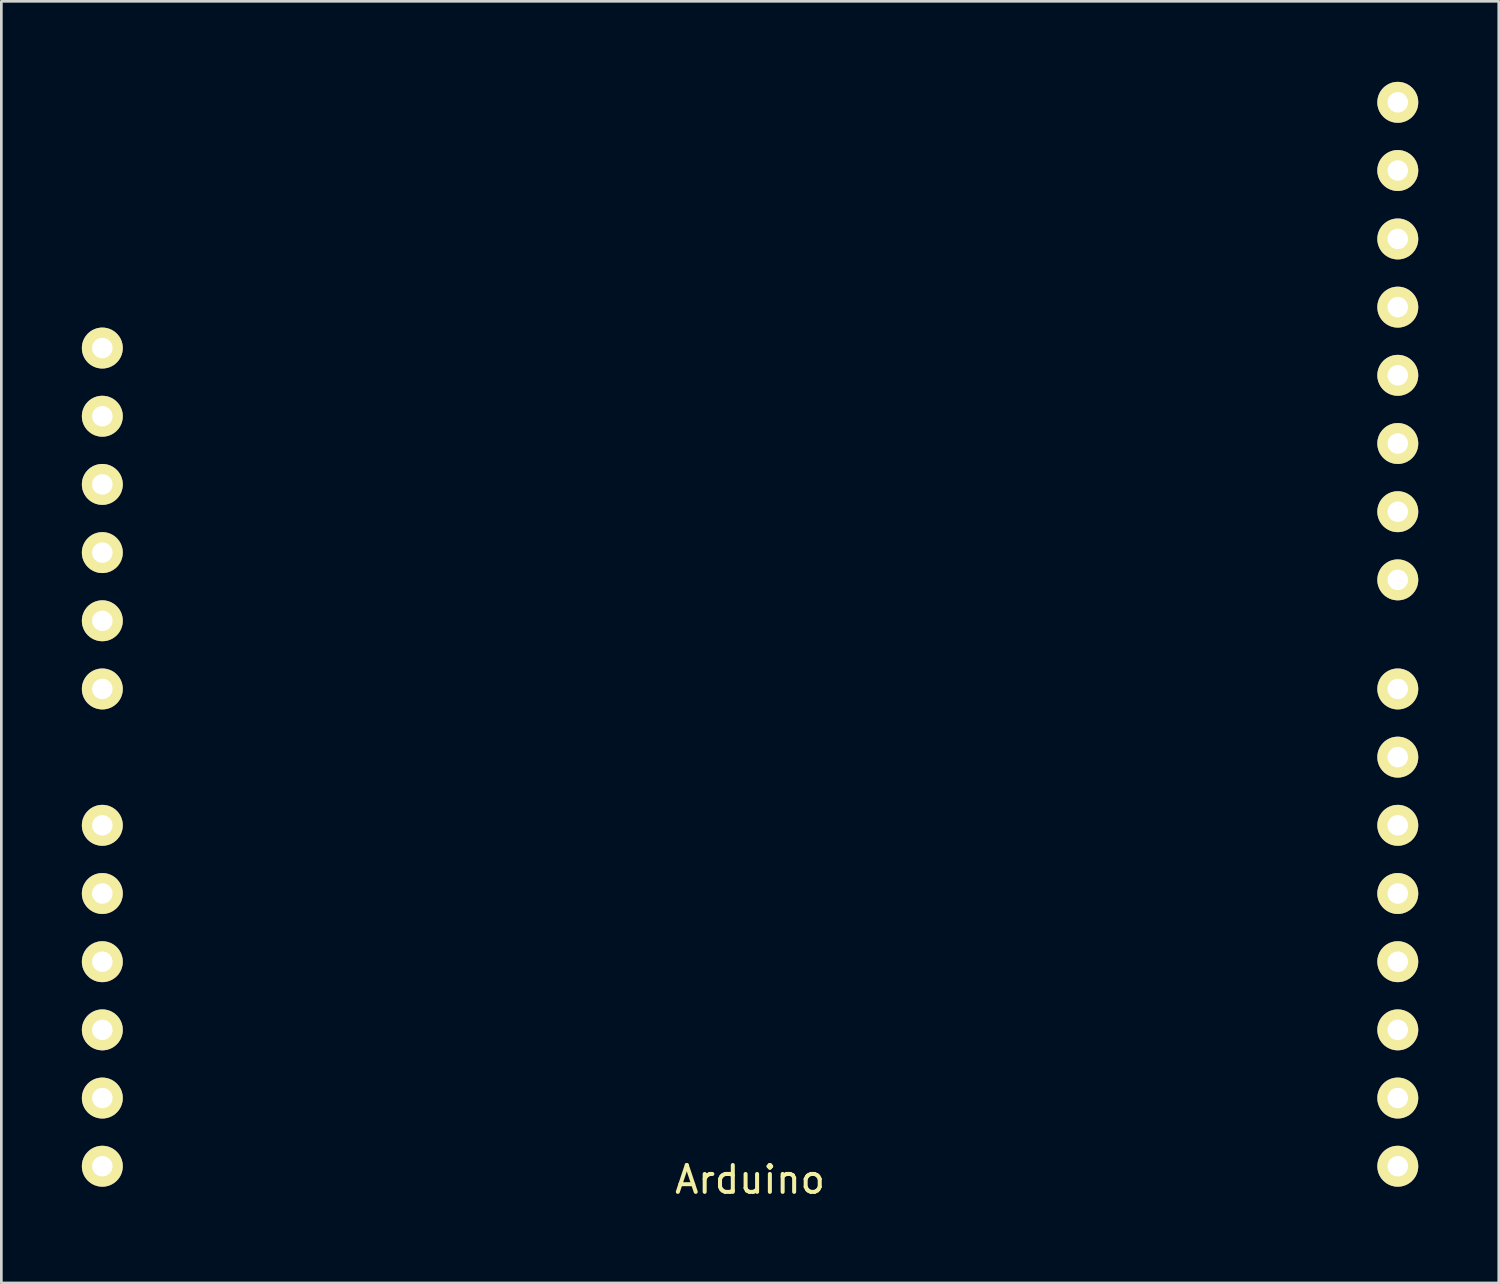
<source format=kicad_pcb>
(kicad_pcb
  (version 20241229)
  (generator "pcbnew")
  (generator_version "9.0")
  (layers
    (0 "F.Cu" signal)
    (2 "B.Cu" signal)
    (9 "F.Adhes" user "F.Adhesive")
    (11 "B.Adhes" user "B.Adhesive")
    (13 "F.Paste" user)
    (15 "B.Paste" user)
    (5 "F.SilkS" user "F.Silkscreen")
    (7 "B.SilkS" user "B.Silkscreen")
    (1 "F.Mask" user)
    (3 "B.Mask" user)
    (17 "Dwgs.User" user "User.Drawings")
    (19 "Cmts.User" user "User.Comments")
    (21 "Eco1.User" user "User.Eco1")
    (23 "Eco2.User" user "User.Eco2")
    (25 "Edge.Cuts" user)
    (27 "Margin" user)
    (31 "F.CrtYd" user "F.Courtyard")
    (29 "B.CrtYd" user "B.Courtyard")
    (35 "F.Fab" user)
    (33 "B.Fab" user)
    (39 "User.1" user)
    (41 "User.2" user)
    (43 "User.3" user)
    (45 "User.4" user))
  (footprint "Arduino"
    (layer "F.Cu")
    (at 24.892 40.396)
    (property "Reference" "Arduino" (at 0 0.5 0) (layer "F.SilkS") (effects (font (size 1 1) (thickness 0.15))))
    (attr through_hole)
    (pad "1" thru_hole circle (at -24.13 0) (size 1.524 1.524) (drill 0.762) (layers "*.Cu" "*.Mask" "F.SilkS"))
    (pad "2" thru_hole circle (at -24.13 -2.54) (size 1.524 1.524) (drill 0.762) (layers "*.Cu" "*.Mask" "F.SilkS"))
    (pad "3" thru_hole circle (at -24.13 -5.08) (size 1.524 1.524) (drill 0.762) (layers "*.Cu" "*.Mask" "F.SilkS"))
    (pad "4" thru_hole circle (at -24.13 -7.62) (size 1.524 1.524) (drill 0.762) (layers "*.Cu" "*.Mask" "F.SilkS"))
    (pad "5" thru_hole circle (at -24.13 -10.16) (size 1.524 1.524) (drill 0.762) (layers "*.Cu" "*.Mask" "F.SilkS"))
    (pad "6" thru_hole circle (at -24.13 -12.7) (size 1.524 1.524) (drill 0.762) (layers "*.Cu" "*.Mask" "F.SilkS"))
    (pad "7" thru_hole circle (at -24.13 -17.78) (size 1.524 1.524) (drill 0.762) (layers "*.Cu" "*.Mask" "F.SilkS"))
    (pad "8" thru_hole circle (at -24.13 -20.32) (size 1.524 1.524) (drill 0.762) (layers "*.Cu" "*.Mask" "F.SilkS"))
    (pad "9" thru_hole circle (at -24.13 -22.86) (size 1.524 1.524) (drill 0.762) (layers "*.Cu" "*.Mask" "F.SilkS"))
    (pad "10" thru_hole circle (at -24.13 -25.4) (size 1.524 1.524) (drill 0.762) (layers "*.Cu" "*.Mask" "F.SilkS"))
    (pad "11" thru_hole circle (at -24.13 -27.94) (size 1.524 1.524) (drill 0.762) (layers "*.Cu" "*.Mask" "F.SilkS"))
    (pad "12" thru_hole circle (at -24.13 -30.48) (size 1.524 1.524) (drill 0.762) (layers "*.Cu" "*.Mask" "F.SilkS"))
    (pad "13" thru_hole circle (at 24.13 0) (size 1.524 1.524) (drill 0.762) (layers "*.Cu" "*.Mask" "F.SilkS"))
    (pad "14" thru_hole circle (at 24.13 -2.54) (size 1.524 1.524) (drill 0.762) (layers "*.Cu" "*.Mask" "F.SilkS"))
    (pad "15" thru_hole circle (at 24.13 -5.08) (size 1.524 1.524) (drill 0.762) (layers "*.Cu" "*.Mask" "F.SilkS"))
    (pad "16" thru_hole circle (at 24.13 -7.62) (size 1.524 1.524) (drill 0.762) (layers "*.Cu" "*.Mask" "F.SilkS"))
    (pad "17" thru_hole circle (at 24.13 -10.16) (size 1.524 1.524) (drill 0.762) (layers "*.Cu" "*.Mask" "F.SilkS"))
    (pad "18" thru_hole circle (at 24.13 -12.7) (size 1.524 1.524) (drill 0.762) (layers "*.Cu" "*.Mask" "F.SilkS"))
    (pad "19" thru_hole circle (at 24.13 -15.24) (size 1.524 1.524) (drill 0.762) (layers "*.Cu" "*.Mask" "F.SilkS"))
    (pad "20" thru_hole circle (at 24.13 -17.78) (size 1.524 1.524) (drill 0.762) (layers "*.Cu" "*.Mask" "F.SilkS"))
    (pad "21" thru_hole circle (at 24.13 -21.844) (size 1.524 1.524) (drill 0.762) (layers "*.Cu" "*.Mask" "F.SilkS"))
    (pad "22" thru_hole circle (at 24.13 -24.384) (size 1.524 1.524) (drill 0.762) (layers "*.Cu" "*.Mask" "F.SilkS"))
    (pad "23" thru_hole circle (at 24.13 -26.924) (size 1.524 1.524) (drill 0.762) (layers "*.Cu" "*.Mask" "F.SilkS"))
    (pad "24" thru_hole circle (at 24.13 -29.464) (size 1.524 1.524) (drill 0.762) (layers "*.Cu" "*.Mask" "F.SilkS"))
    (pad "25" thru_hole circle (at 24.13 -32.004) (size 1.524 1.524) (drill 0.762) (layers "*.Cu" "*.Mask" "F.SilkS"))
    (pad "26" thru_hole circle (at 24.13 -34.544) (size 1.524 1.524) (drill 0.762) (layers "*.Cu" "*.Mask" "F.SilkS"))
    (pad "27" thru_hole circle (at 24.13 -37.094) (size 1.524 1.524) (drill 0.762) (layers "*.Cu" "*.Mask" "F.SilkS"))
    (pad "28" thru_hole circle (at 24.13 -39.634) (size 1.524 1.524) (drill 0.762) (layers "*.Cu" "*.Mask" "F.SilkS")))
  (gr_rect
    (start -3 -3)
    (end 52.784 44.744)
    (stroke (width 0.1) (type default))
    (fill no)
    (layer "Edge.Cuts")))
</source>
